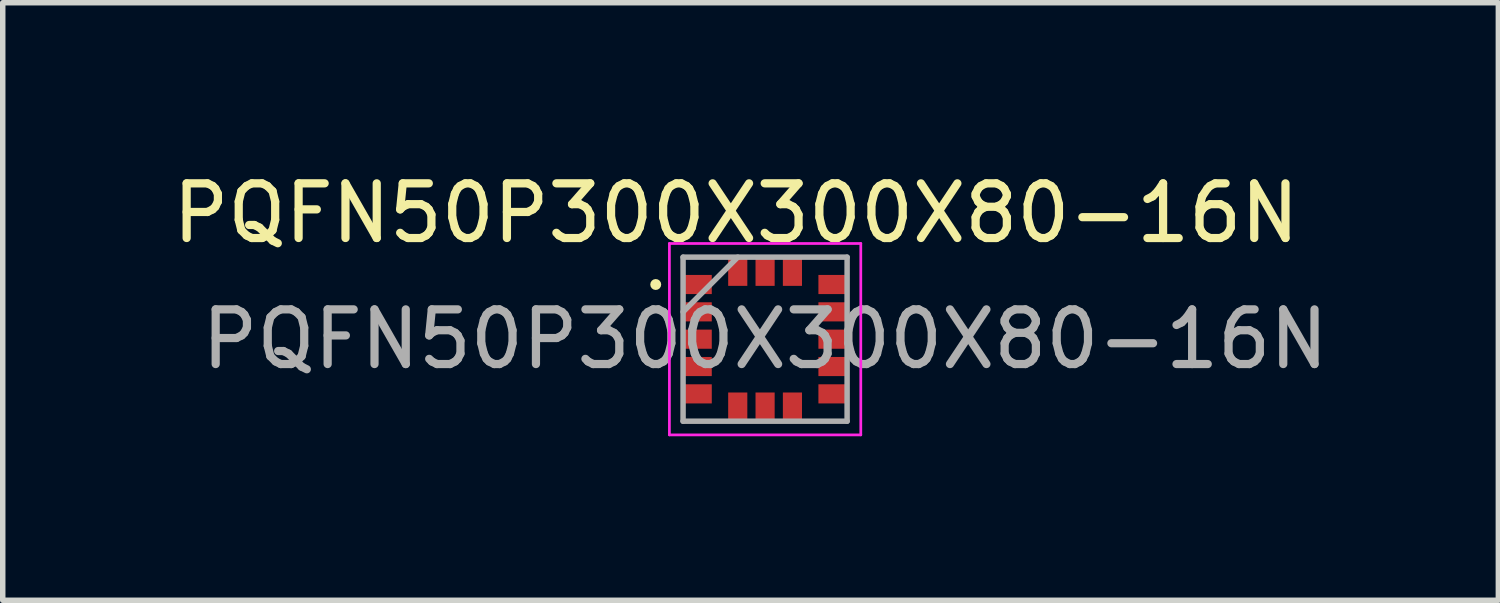
<source format=kicad_pcb>
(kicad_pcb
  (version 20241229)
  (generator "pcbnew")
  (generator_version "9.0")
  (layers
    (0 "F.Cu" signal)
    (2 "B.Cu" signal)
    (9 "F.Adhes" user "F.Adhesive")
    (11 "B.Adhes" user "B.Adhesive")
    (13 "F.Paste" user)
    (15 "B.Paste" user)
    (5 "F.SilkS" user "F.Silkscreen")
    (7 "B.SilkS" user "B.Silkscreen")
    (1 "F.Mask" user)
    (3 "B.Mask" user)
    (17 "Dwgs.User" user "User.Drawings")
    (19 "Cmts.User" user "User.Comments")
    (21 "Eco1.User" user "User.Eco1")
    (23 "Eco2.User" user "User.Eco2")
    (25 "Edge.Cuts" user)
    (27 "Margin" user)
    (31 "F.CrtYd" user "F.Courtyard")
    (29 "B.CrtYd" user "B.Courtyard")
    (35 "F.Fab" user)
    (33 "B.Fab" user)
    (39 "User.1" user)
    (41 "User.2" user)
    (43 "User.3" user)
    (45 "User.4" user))
  (footprint "PQFN50P300X300X80-16N"
    (layer "F.Cu")
    (at 10.942 3.153)
    (property "Reference" "PQFN50P300X300X80-16N" (at -0.531 -2.305 0) (layer "F.SilkS") (effects (font (size 1 1) (thickness 0.15))))
    (attr smd)
    (fp_circle (center -2 -1) (end -1.95 -1) (stroke (width 0.1) (type solid)) (fill no) (layer "F.SilkS"))
    (fp_line (start -1.75 -1.75) (end 1.75 -1.75) (stroke (width 0.05) (type solid)) (layer "F.CrtYd"))
    (fp_line (start -1.75 1.75) (end -1.75 -1.75) (stroke (width 0.05) (type solid)) (layer "F.CrtYd"))
    (fp_line (start 1.75 -1.75) (end 1.75 1.75) (stroke (width 0.05) (type solid)) (layer "F.CrtYd"))
    (fp_line (start 1.75 1.75) (end -1.75 1.75) (stroke (width 0.05) (type solid)) (layer "F.CrtYd"))
    (fp_line (start -1.5 -1.5) (end 1.5 -1.5) (stroke (width 0.1) (type solid)) (layer "F.Fab"))
    (fp_line (start -1.5 1.5) (end -1.5 -1.5) (stroke (width 0.1) (type solid)) (layer "F.Fab"))
    (fp_line (start -0.5 -1.5) (end -1.5 -0.5) (stroke (width 0.1) (type solid)) (layer "F.Fab"))
    (fp_line (start 1.5 -1.5) (end 1.5 1.5) (stroke (width 0.1) (type solid)) (layer "F.Fab"))
    (fp_line (start 1.5 1.5) (end -1.5 1.5) (stroke (width 0.1) (type solid)) (layer "F.Fab"))
    (fp_text user "${REFERENCE}" (at 0 0 0) (layer "F.Fab") (effects (font (size 1 1) (thickness 0.15))))
    (pad "1" smd rect (at -1.225 -1) (size 0.5 0.35) (layers "F.Cu" "F.Mask" "F.Paste"))
    (pad "2" smd rect (at -1.225 -0.5) (size 0.5 0.35) (layers "F.Cu" "F.Mask" "F.Paste"))
    (pad "3" smd rect (at -1.225 0) (size 0.5 0.35) (layers "F.Cu" "F.Mask" "F.Paste"))
    (pad "4" smd rect (at -1.225 0.5) (size 0.5 0.35) (layers "F.Cu" "F.Mask" "F.Paste"))
    (pad "5" smd rect (at -1.225 1) (size 0.5 0.35) (layers "F.Cu" "F.Mask" "F.Paste"))
    (pad "6" smd rect (at -0.5 1.225 90) (size 0.5 0.35) (layers "F.Cu" "F.Mask" "F.Paste"))
    (pad "7" smd rect (at 0 1.225 90) (size 0.5 0.35) (layers "F.Cu" "F.Mask" "F.Paste"))
    (pad "8" smd rect (at 0.5 1.225 90) (size 0.5 0.35) (layers "F.Cu" "F.Mask" "F.Paste"))
    (pad "9" smd rect (at 1.225 1) (size 0.5 0.35) (layers "F.Cu" "F.Mask" "F.Paste"))
    (pad "10" smd rect (at 1.225 0.5) (size 0.5 0.35) (layers "F.Cu" "F.Mask" "F.Paste"))
    (pad "11" smd rect (at 1.225 0) (size 0.5 0.35) (layers "F.Cu" "F.Mask" "F.Paste"))
    (pad "12" smd rect (at 1.225 -0.5) (size 0.5 0.35) (layers "F.Cu" "F.Mask" "F.Paste"))
    (pad "13" smd rect (at 1.225 -1) (size 0.5 0.35) (layers "F.Cu" "F.Mask" "F.Paste"))
    (pad "14" smd rect (at 0.5 -1.225 90) (size 0.5 0.35) (layers "F.Cu" "F.Mask" "F.Paste"))
    (pad "15" smd rect (at 0 -1.225 90) (size 0.5 0.35) (layers "F.Cu" "F.Mask" "F.Paste"))
    (pad "16" smd rect (at -0.5 -1.225 90) (size 0.5 0.35) (layers "F.Cu" "F.Mask" "F.Paste")))
  (gr_rect
    (start -3 -3)
    (end 24.352 7.928)
    (stroke (width 0.1) (type default))
    (fill no)
    (layer "Edge.Cuts")))
</source>
